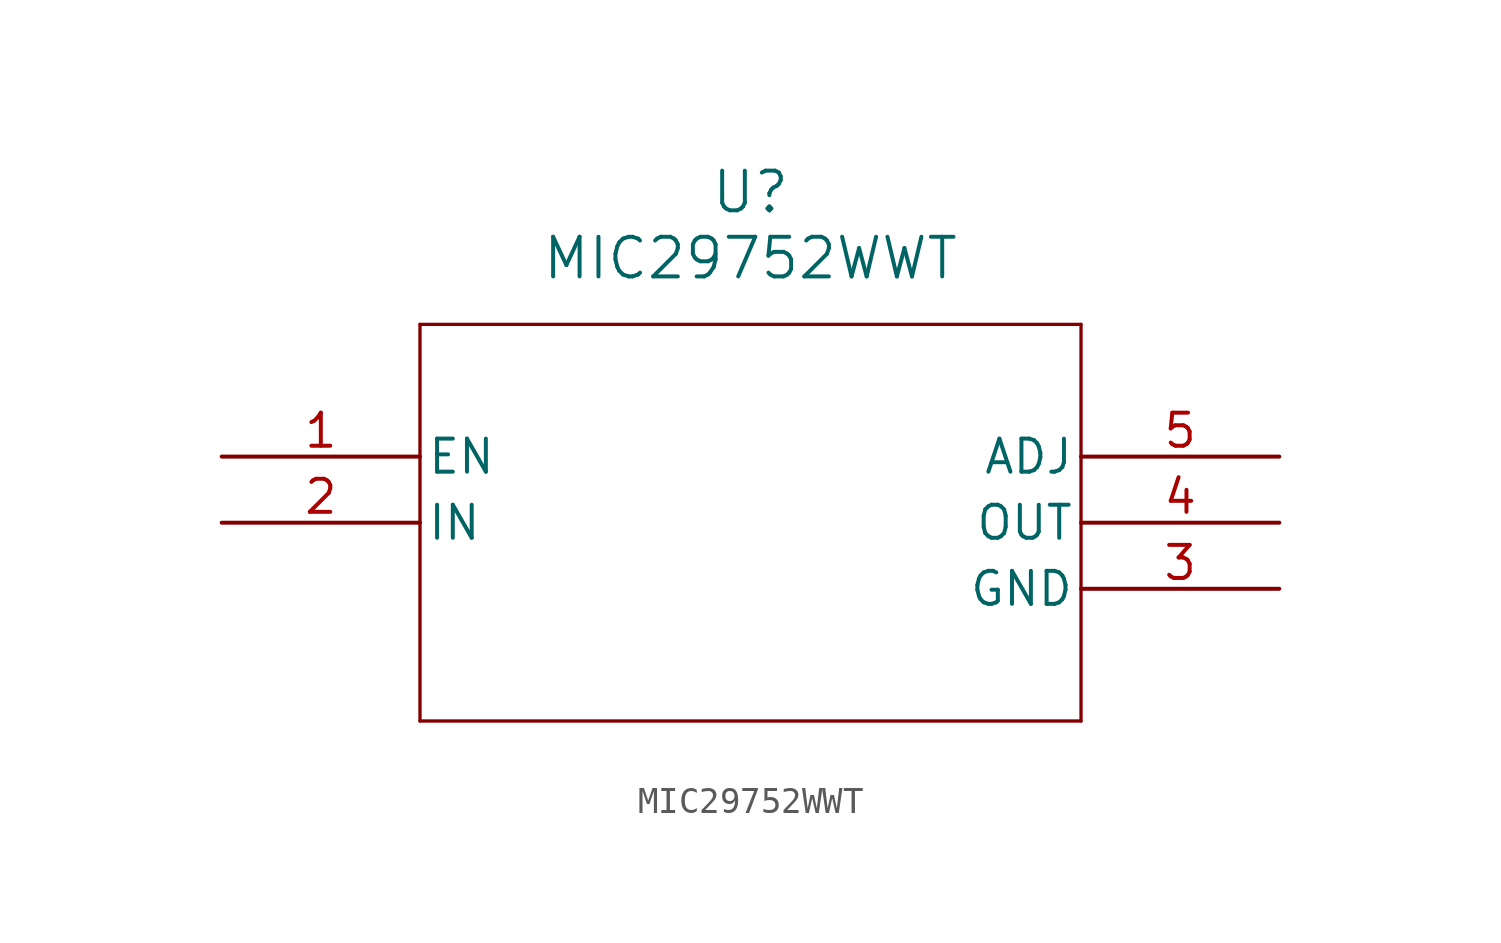
<source format=kicad_sym>
(kicad_symbol_lib
  (version 20211014)
  (generator kicad_symbol_editor)
  (symbol "MIC29752WWT"
    (pin_names
      (offset 0.254))
    (property "Reference" "U"
      (at 20.32 10.16 0)
      (effects (font (size 1.524 1.524))))
    (property "Value" "MIC29752WWT"
      (at 20.32 7.62 0)
      (effects (font (size 1.524 1.524))))
    (symbol "MIC29752WWT_0_1"
      (polyline (pts (xy 7.62 5.08) (xy 7.62 -10.16)) (stroke (width 0.127) (type default) (color 0 0 0 0)) (fill (type none)))
      (polyline (pts (xy 7.62 -10.16) (xy 33.02 -10.16)) (stroke (width 0.127) (type default) (color 0 0 0 0)) (fill (type none)))
      (polyline (pts (xy 33.02 -10.16) (xy 33.02 5.08)) (stroke (width 0.127) (type default) (color 0 0 0 0)) (fill (type none)))
      (polyline (pts (xy 33.02 5.08) (xy 7.62 5.08)) (stroke (width 0.127) (type default) (color 0 0 0 0)) (fill (type none)))
      (pin input line (at 0 0 0) (length 7.62) (name "EN" (effects (font (size 1.27 1.27)))) (number "1" (effects (font (size 1.27 1.27)))))
      (pin power_in line (at 0 -2.54 0) (length 7.62) (name "IN" (effects (font (size 1.27 1.27)))) (number "2" (effects (font (size 1.27 1.27)))))
      (pin power_out line (at 40.64 -5.08 180) (length 7.62) (name "GND" (effects (font (size 1.27 1.27)))) (number "3" (effects (font (size 1.27 1.27)))))
      (pin output line (at 40.64 -2.54 180) (length 7.62) (name "OUT" (effects (font (size 1.27 1.27)))) (number "4" (effects (font (size 1.27 1.27)))))
      (pin input line (at 40.64 0 180) (length 7.62) (name "ADJ" (effects (font (size 1.27 1.27)))) (number "5" (effects (font (size 1.27 1.27))))))))
</source>
